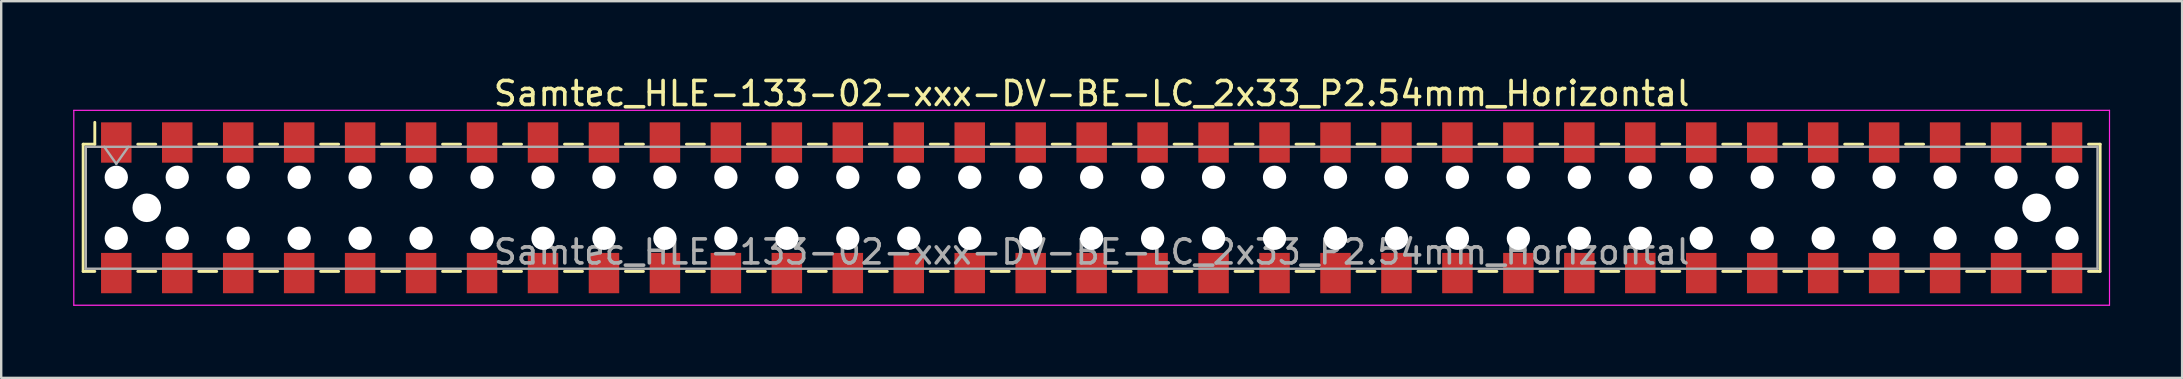
<source format=kicad_pcb>
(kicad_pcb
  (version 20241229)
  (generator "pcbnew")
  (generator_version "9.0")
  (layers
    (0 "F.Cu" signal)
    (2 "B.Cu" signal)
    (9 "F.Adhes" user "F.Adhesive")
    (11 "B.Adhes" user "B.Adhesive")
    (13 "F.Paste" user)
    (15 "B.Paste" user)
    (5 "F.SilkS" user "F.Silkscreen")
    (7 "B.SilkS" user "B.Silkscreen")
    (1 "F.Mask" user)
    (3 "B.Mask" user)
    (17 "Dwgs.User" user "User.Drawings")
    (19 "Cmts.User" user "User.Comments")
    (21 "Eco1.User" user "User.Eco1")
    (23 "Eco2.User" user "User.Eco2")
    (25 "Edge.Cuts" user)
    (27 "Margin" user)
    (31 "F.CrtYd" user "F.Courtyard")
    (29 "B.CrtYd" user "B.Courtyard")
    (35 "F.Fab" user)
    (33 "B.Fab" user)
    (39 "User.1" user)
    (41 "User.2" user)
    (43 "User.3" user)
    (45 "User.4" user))
  (footprint "Samtec_HLE-133-02-xxx-DV-BE-LC_2x33_P2.54mm_Horizontal"
    (layer "F.Cu")
    (at 42.435 5.608)
    (property "Reference" "Samtec_HLE-133-02-xxx-DV-BE-LC_2x33_P2.54mm_Horizontal" (at 0 -4.76 0) (layer "F.SilkS") (effects (font (size 1 1) (thickness 0.15))))
    (attr smd)
    (fp_line (start -42.02 -2.65) (end -42.02 2.65) (stroke (width 0.12) (type solid)) (layer "F.SilkS"))
    (fp_line (start -42.02 2.65) (end -41.535 2.65) (stroke (width 0.12) (type solid)) (layer "F.SilkS"))
    (fp_line (start -41.535 -3.56) (end -41.535 -2.65) (stroke (width 0.12) (type solid)) (layer "F.SilkS"))
    (fp_line (start -41.535 -2.65) (end -42.02 -2.65) (stroke (width 0.12) (type solid)) (layer "F.SilkS"))
    (fp_line (start -39.745 -2.65) (end -38.995 -2.65) (stroke (width 0.12) (type solid)) (layer "F.SilkS"))
    (fp_line (start -39.745 2.65) (end -38.995 2.65) (stroke (width 0.12) (type solid)) (layer "F.SilkS"))
    (fp_line (start -37.205 -2.65) (end -36.455 -2.65) (stroke (width 0.12) (type solid)) (layer "F.SilkS"))
    (fp_line (start -37.205 2.65) (end -36.455 2.65) (stroke (width 0.12) (type solid)) (layer "F.SilkS"))
    (fp_line (start -34.665 -2.65) (end -33.915 -2.65) (stroke (width 0.12) (type solid)) (layer "F.SilkS"))
    (fp_line (start -34.665 2.65) (end -33.915 2.65) (stroke (width 0.12) (type solid)) (layer "F.SilkS"))
    (fp_line (start -32.125 -2.65) (end -31.375 -2.65) (stroke (width 0.12) (type solid)) (layer "F.SilkS"))
    (fp_line (start -32.125 2.65) (end -31.375 2.65) (stroke (width 0.12) (type solid)) (layer "F.SilkS"))
    (fp_line (start -29.585 -2.65) (end -28.835 -2.65) (stroke (width 0.12) (type solid)) (layer "F.SilkS"))
    (fp_line (start -29.585 2.65) (end -28.835 2.65) (stroke (width 0.12) (type solid)) (layer "F.SilkS"))
    (fp_line (start -27.045 -2.65) (end -26.295 -2.65) (stroke (width 0.12) (type solid)) (layer "F.SilkS"))
    (fp_line (start -27.045 2.65) (end -26.295 2.65) (stroke (width 0.12) (type solid)) (layer "F.SilkS"))
    (fp_line (start -24.505 -2.65) (end -23.755 -2.65) (stroke (width 0.12) (type solid)) (layer "F.SilkS"))
    (fp_line (start -24.505 2.65) (end -23.755 2.65) (stroke (width 0.12) (type solid)) (layer "F.SilkS"))
    (fp_line (start -21.965 -2.65) (end -21.215 -2.65) (stroke (width 0.12) (type solid)) (layer "F.SilkS"))
    (fp_line (start -21.965 2.65) (end -21.215 2.65) (stroke (width 0.12) (type solid)) (layer "F.SilkS"))
    (fp_line (start -19.425 -2.65) (end -18.675 -2.65) (stroke (width 0.12) (type solid)) (layer "F.SilkS"))
    (fp_line (start -19.425 2.65) (end -18.675 2.65) (stroke (width 0.12) (type solid)) (layer "F.SilkS"))
    (fp_line (start -16.885 -2.65) (end -16.135 -2.65) (stroke (width 0.12) (type solid)) (layer "F.SilkS"))
    (fp_line (start -16.885 2.65) (end -16.135 2.65) (stroke (width 0.12) (type solid)) (layer "F.SilkS"))
    (fp_line (start -14.345 -2.65) (end -13.595 -2.65) (stroke (width 0.12) (type solid)) (layer "F.SilkS"))
    (fp_line (start -14.345 2.65) (end -13.595 2.65) (stroke (width 0.12) (type solid)) (layer "F.SilkS"))
    (fp_line (start -11.805 -2.65) (end -11.055 -2.65) (stroke (width 0.12) (type solid)) (layer "F.SilkS"))
    (fp_line (start -11.805 2.65) (end -11.055 2.65) (stroke (width 0.12) (type solid)) (layer "F.SilkS"))
    (fp_line (start -9.265 -2.65) (end -8.515 -2.65) (stroke (width 0.12) (type solid)) (layer "F.SilkS"))
    (fp_line (start -9.265 2.65) (end -8.515 2.65) (stroke (width 0.12) (type solid)) (layer "F.SilkS"))
    (fp_line (start -6.725 -2.65) (end -5.975 -2.65) (stroke (width 0.12) (type solid)) (layer "F.SilkS"))
    (fp_line (start -6.725 2.65) (end -5.975 2.65) (stroke (width 0.12) (type solid)) (layer "F.SilkS"))
    (fp_line (start -4.185 -2.65) (end -3.435 -2.65) (stroke (width 0.12) (type solid)) (layer "F.SilkS"))
    (fp_line (start -4.185 2.65) (end -3.435 2.65) (stroke (width 0.12) (type solid)) (layer "F.SilkS"))
    (fp_line (start -1.645 -2.65) (end -0.895 -2.65) (stroke (width 0.12) (type solid)) (layer "F.SilkS"))
    (fp_line (start -1.645 2.65) (end -0.895 2.65) (stroke (width 0.12) (type solid)) (layer "F.SilkS"))
    (fp_line (start 0.895 -2.65) (end 1.645 -2.65) (stroke (width 0.12) (type solid)) (layer "F.SilkS"))
    (fp_line (start 0.895 2.65) (end 1.645 2.65) (stroke (width 0.12) (type solid)) (layer "F.SilkS"))
    (fp_line (start 3.435 -2.65) (end 4.185 -2.65) (stroke (width 0.12) (type solid)) (layer "F.SilkS"))
    (fp_line (start 3.435 2.65) (end 4.185 2.65) (stroke (width 0.12) (type solid)) (layer "F.SilkS"))
    (fp_line (start 5.975 -2.65) (end 6.725 -2.65) (stroke (width 0.12) (type solid)) (layer "F.SilkS"))
    (fp_line (start 5.975 2.65) (end 6.725 2.65) (stroke (width 0.12) (type solid)) (layer "F.SilkS"))
    (fp_line (start 8.515 -2.65) (end 9.265 -2.65) (stroke (width 0.12) (type solid)) (layer "F.SilkS"))
    (fp_line (start 8.515 2.65) (end 9.265 2.65) (stroke (width 0.12) (type solid)) (layer "F.SilkS"))
    (fp_line (start 11.055 -2.65) (end 11.805 -2.65) (stroke (width 0.12) (type solid)) (layer "F.SilkS"))
    (fp_line (start 11.055 2.65) (end 11.805 2.65) (stroke (width 0.12) (type solid)) (layer "F.SilkS"))
    (fp_line (start 13.595 -2.65) (end 14.345 -2.65) (stroke (width 0.12) (type solid)) (layer "F.SilkS"))
    (fp_line (start 13.595 2.65) (end 14.345 2.65) (stroke (width 0.12) (type solid)) (layer "F.SilkS"))
    (fp_line (start 16.135 -2.65) (end 16.885 -2.65) (stroke (width 0.12) (type solid)) (layer "F.SilkS"))
    (fp_line (start 16.135 2.65) (end 16.885 2.65) (stroke (width 0.12) (type solid)) (layer "F.SilkS"))
    (fp_line (start 18.675 -2.65) (end 19.425 -2.65) (stroke (width 0.12) (type solid)) (layer "F.SilkS"))
    (fp_line (start 18.675 2.65) (end 19.425 2.65) (stroke (width 0.12) (type solid)) (layer "F.SilkS"))
    (fp_line (start 21.215 -2.65) (end 21.965 -2.65) (stroke (width 0.12) (type solid)) (layer "F.SilkS"))
    (fp_line (start 21.215 2.65) (end 21.965 2.65) (stroke (width 0.12) (type solid)) (layer "F.SilkS"))
    (fp_line (start 23.755 -2.65) (end 24.505 -2.65) (stroke (width 0.12) (type solid)) (layer "F.SilkS"))
    (fp_line (start 23.755 2.65) (end 24.505 2.65) (stroke (width 0.12) (type solid)) (layer "F.SilkS"))
    (fp_line (start 26.295 -2.65) (end 27.045 -2.65) (stroke (width 0.12) (type solid)) (layer "F.SilkS"))
    (fp_line (start 26.295 2.65) (end 27.045 2.65) (stroke (width 0.12) (type solid)) (layer "F.SilkS"))
    (fp_line (start 28.835 -2.65) (end 29.585 -2.65) (stroke (width 0.12) (type solid)) (layer "F.SilkS"))
    (fp_line (start 28.835 2.65) (end 29.585 2.65) (stroke (width 0.12) (type solid)) (layer "F.SilkS"))
    (fp_line (start 31.375 -2.65) (end 32.125 -2.65) (stroke (width 0.12) (type solid)) (layer "F.SilkS"))
    (fp_line (start 31.375 2.65) (end 32.125 2.65) (stroke (width 0.12) (type solid)) (layer "F.SilkS"))
    (fp_line (start 33.915 -2.65) (end 34.665 -2.65) (stroke (width 0.12) (type solid)) (layer "F.SilkS"))
    (fp_line (start 33.915 2.65) (end 34.665 2.65) (stroke (width 0.12) (type solid)) (layer "F.SilkS"))
    (fp_line (start 36.455 -2.65) (end 37.205 -2.65) (stroke (width 0.12) (type solid)) (layer "F.SilkS"))
    (fp_line (start 36.455 2.65) (end 37.205 2.65) (stroke (width 0.12) (type solid)) (layer "F.SilkS"))
    (fp_line (start 38.995 -2.65) (end 39.745 -2.65) (stroke (width 0.12) (type solid)) (layer "F.SilkS"))
    (fp_line (start 38.995 2.65) (end 39.745 2.65) (stroke (width 0.12) (type solid)) (layer "F.SilkS"))
    (fp_line (start 41.535 -2.65) (end 42.02 -2.65) (stroke (width 0.12) (type solid)) (layer "F.SilkS"))
    (fp_line (start 42.02 -2.65) (end 42.02 2.65) (stroke (width 0.12) (type solid)) (layer "F.SilkS"))
    (fp_line (start 42.02 2.65) (end 41.535 2.65) (stroke (width 0.12) (type solid)) (layer "F.SilkS"))
    (fp_line (start -42.41 -4.06) (end 42.41 -4.06) (stroke (width 0.05) (type solid)) (layer "F.CrtYd"))
    (fp_line (start -42.41 4.06) (end -42.41 -4.06) (stroke (width 0.05) (type solid)) (layer "F.CrtYd"))
    (fp_line (start 42.41 -4.06) (end 42.41 4.06) (stroke (width 0.05) (type solid)) (layer "F.CrtYd"))
    (fp_line (start 42.41 4.06) (end -42.41 4.06) (stroke (width 0.05) (type solid)) (layer "F.CrtYd"))
    (fp_line (start -41.91 -2.54) (end 41.91 -2.54) (stroke (width 0.1) (type solid)) (layer "F.Fab"))
    (fp_line (start -41.91 2.54) (end -41.91 -2.54) (stroke (width 0.1) (type solid)) (layer "F.Fab"))
    (fp_line (start -41.14 -2.54) (end -40.64 -1.833) (stroke (width 0.1) (type solid)) (layer "F.Fab"))
    (fp_line (start -40.64 -1.833) (end -40.14 -2.54) (stroke (width 0.1) (type solid)) (layer "F.Fab"))
    (fp_line (start 41.91 -2.54) (end 41.91 2.54) (stroke (width 0.1) (type solid)) (layer "F.Fab"))
    (fp_line (start 41.91 2.54) (end -41.91 2.54) (stroke (width 0.1) (type solid)) (layer "F.Fab"))
    (fp_text user "${REFERENCE}" (at 0 1.84 0) (layer "F.Fab") (effects (font (size 1 1) (thickness 0.15))))
    (pad "" np_thru_hole circle (at -40.64 -1.27) (size 0.97 0.97) (drill 0.97) (layers "*.Cu" "*.Mask"))
    (pad "" np_thru_hole circle (at -40.64 1.27) (size 0.97 0.97) (drill 0.97) (layers "*.Cu" "*.Mask"))
    (pad "" np_thru_hole circle (at -39.37 0) (size 1.19 1.19) (drill 1.19) (layers "*.Cu" "*.Mask"))
    (pad "" np_thru_hole circle (at -38.1 -1.27) (size 0.97 0.97) (drill 0.97) (layers "*.Cu" "*.Mask"))
    (pad "" np_thru_hole circle (at -38.1 1.27) (size 0.97 0.97) (drill 0.97) (layers "*.Cu" "*.Mask"))
    (pad "" np_thru_hole circle (at -35.56 -1.27) (size 0.97 0.97) (drill 0.97) (layers "*.Cu" "*.Mask"))
    (pad "" np_thru_hole circle (at -35.56 1.27) (size 0.97 0.97) (drill 0.97) (layers "*.Cu" "*.Mask"))
    (pad "" np_thru_hole circle (at -33.02 -1.27) (size 0.97 0.97) (drill 0.97) (layers "*.Cu" "*.Mask"))
    (pad "" np_thru_hole circle (at -33.02 1.27) (size 0.97 0.97) (drill 0.97) (layers "*.Cu" "*.Mask"))
    (pad "" np_thru_hole circle (at -30.48 -1.27) (size 0.97 0.97) (drill 0.97) (layers "*.Cu" "*.Mask"))
    (pad "" np_thru_hole circle (at -30.48 1.27) (size 0.97 0.97) (drill 0.97) (layers "*.Cu" "*.Mask"))
    (pad "" np_thru_hole circle (at -27.94 -1.27) (size 0.97 0.97) (drill 0.97) (layers "*.Cu" "*.Mask"))
    (pad "" np_thru_hole circle (at -27.94 1.27) (size 0.97 0.97) (drill 0.97) (layers "*.Cu" "*.Mask"))
    (pad "" np_thru_hole circle (at -25.4 -1.27) (size 0.97 0.97) (drill 0.97) (layers "*.Cu" "*.Mask"))
    (pad "" np_thru_hole circle (at -25.4 1.27) (size 0.97 0.97) (drill 0.97) (layers "*.Cu" "*.Mask"))
    (pad "" np_thru_hole circle (at -22.86 -1.27) (size 0.97 0.97) (drill 0.97) (layers "*.Cu" "*.Mask"))
    (pad "" np_thru_hole circle (at -22.86 1.27) (size 0.97 0.97) (drill 0.97) (layers "*.Cu" "*.Mask"))
    (pad "" np_thru_hole circle (at -20.32 -1.27) (size 0.97 0.97) (drill 0.97) (layers "*.Cu" "*.Mask"))
    (pad "" np_thru_hole circle (at -20.32 1.27) (size 0.97 0.97) (drill 0.97) (layers "*.Cu" "*.Mask"))
    (pad "" np_thru_hole circle (at -17.78 -1.27) (size 0.97 0.97) (drill 0.97) (layers "*.Cu" "*.Mask"))
    (pad "" np_thru_hole circle (at -17.78 1.27) (size 0.97 0.97) (drill 0.97) (layers "*.Cu" "*.Mask"))
    (pad "" np_thru_hole circle (at -15.24 -1.27) (size 0.97 0.97) (drill 0.97) (layers "*.Cu" "*.Mask"))
    (pad "" np_thru_hole circle (at -15.24 1.27) (size 0.97 0.97) (drill 0.97) (layers "*.Cu" "*.Mask"))
    (pad "" np_thru_hole circle (at -12.7 -1.27) (size 0.97 0.97) (drill 0.97) (layers "*.Cu" "*.Mask"))
    (pad "" np_thru_hole circle (at -12.7 1.27) (size 0.97 0.97) (drill 0.97) (layers "*.Cu" "*.Mask"))
    (pad "" np_thru_hole circle (at -10.16 -1.27) (size 0.97 0.97) (drill 0.97) (layers "*.Cu" "*.Mask"))
    (pad "" np_thru_hole circle (at -10.16 1.27) (size 0.97 0.97) (drill 0.97) (layers "*.Cu" "*.Mask"))
    (pad "" np_thru_hole circle (at -7.62 -1.27) (size 0.97 0.97) (drill 0.97) (layers "*.Cu" "*.Mask"))
    (pad "" np_thru_hole circle (at -7.62 1.27) (size 0.97 0.97) (drill 0.97) (layers "*.Cu" "*.Mask"))
    (pad "" np_thru_hole circle (at -5.08 -1.27) (size 0.97 0.97) (drill 0.97) (layers "*.Cu" "*.Mask"))
    (pad "" np_thru_hole circle (at -5.08 1.27) (size 0.97 0.97) (drill 0.97) (layers "*.Cu" "*.Mask"))
    (pad "" np_thru_hole circle (at -2.54 -1.27) (size 0.97 0.97) (drill 0.97) (layers "*.Cu" "*.Mask"))
    (pad "" np_thru_hole circle (at -2.54 1.27) (size 0.97 0.97) (drill 0.97) (layers "*.Cu" "*.Mask"))
    (pad "" np_thru_hole circle (at 0 -1.27) (size 0.97 0.97) (drill 0.97) (layers "*.Cu" "*.Mask"))
    (pad "" np_thru_hole circle (at 0 1.27) (size 0.97 0.97) (drill 0.97) (layers "*.Cu" "*.Mask"))
    (pad "" np_thru_hole circle (at 2.54 -1.27) (size 0.97 0.97) (drill 0.97) (layers "*.Cu" "*.Mask"))
    (pad "" np_thru_hole circle (at 2.54 1.27) (size 0.97 0.97) (drill 0.97) (layers "*.Cu" "*.Mask"))
    (pad "" np_thru_hole circle (at 5.08 -1.27) (size 0.97 0.97) (drill 0.97) (layers "*.Cu" "*.Mask"))
    (pad "" np_thru_hole circle (at 5.08 1.27) (size 0.97 0.97) (drill 0.97) (layers "*.Cu" "*.Mask"))
    (pad "" np_thru_hole circle (at 7.62 -1.27) (size 0.97 0.97) (drill 0.97) (layers "*.Cu" "*.Mask"))
    (pad "" np_thru_hole circle (at 7.62 1.27) (size 0.97 0.97) (drill 0.97) (layers "*.Cu" "*.Mask"))
    (pad "" np_thru_hole circle (at 10.16 -1.27) (size 0.97 0.97) (drill 0.97) (layers "*.Cu" "*.Mask"))
    (pad "" np_thru_hole circle (at 10.16 1.27) (size 0.97 0.97) (drill 0.97) (layers "*.Cu" "*.Mask"))
    (pad "" np_thru_hole circle (at 12.7 -1.27) (size 0.97 0.97) (drill 0.97) (layers "*.Cu" "*.Mask"))
    (pad "" np_thru_hole circle (at 12.7 1.27) (size 0.97 0.97) (drill 0.97) (layers "*.Cu" "*.Mask"))
    (pad "" np_thru_hole circle (at 15.24 -1.27) (size 0.97 0.97) (drill 0.97) (layers "*.Cu" "*.Mask"))
    (pad "" np_thru_hole circle (at 15.24 1.27) (size 0.97 0.97) (drill 0.97) (layers "*.Cu" "*.Mask"))
    (pad "" np_thru_hole circle (at 17.78 -1.27) (size 0.97 0.97) (drill 0.97) (layers "*.Cu" "*.Mask"))
    (pad "" np_thru_hole circle (at 17.78 1.27) (size 0.97 0.97) (drill 0.97) (layers "*.Cu" "*.Mask"))
    (pad "" np_thru_hole circle (at 20.32 -1.27) (size 0.97 0.97) (drill 0.97) (layers "*.Cu" "*.Mask"))
    (pad "" np_thru_hole circle (at 20.32 1.27) (size 0.97 0.97) (drill 0.97) (layers "*.Cu" "*.Mask"))
    (pad "" np_thru_hole circle (at 22.86 -1.27) (size 0.97 0.97) (drill 0.97) (layers "*.Cu" "*.Mask"))
    (pad "" np_thru_hole circle (at 22.86 1.27) (size 0.97 0.97) (drill 0.97) (layers "*.Cu" "*.Mask"))
    (pad "" np_thru_hole circle (at 25.4 -1.27) (size 0.97 0.97) (drill 0.97) (layers "*.Cu" "*.Mask"))
    (pad "" np_thru_hole circle (at 25.4 1.27) (size 0.97 0.97) (drill 0.97) (layers "*.Cu" "*.Mask"))
    (pad "" np_thru_hole circle (at 27.94 -1.27) (size 0.97 0.97) (drill 0.97) (layers "*.Cu" "*.Mask"))
    (pad "" np_thru_hole circle (at 27.94 1.27) (size 0.97 0.97) (drill 0.97) (layers "*.Cu" "*.Mask"))
    (pad "" np_thru_hole circle (at 30.48 -1.27) (size 0.97 0.97) (drill 0.97) (layers "*.Cu" "*.Mask"))
    (pad "" np_thru_hole circle (at 30.48 1.27) (size 0.97 0.97) (drill 0.97) (layers "*.Cu" "*.Mask"))
    (pad "" np_thru_hole circle (at 33.02 -1.27) (size 0.97 0.97) (drill 0.97) (layers "*.Cu" "*.Mask"))
    (pad "" np_thru_hole circle (at 33.02 1.27) (size 0.97 0.97) (drill 0.97) (layers "*.Cu" "*.Mask"))
    (pad "" np_thru_hole circle (at 35.56 -1.27) (size 0.97 0.97) (drill 0.97) (layers "*.Cu" "*.Mask"))
    (pad "" np_thru_hole circle (at 35.56 1.27) (size 0.97 0.97) (drill 0.97) (layers "*.Cu" "*.Mask"))
    (pad "" np_thru_hole circle (at 38.1 -1.27) (size 0.97 0.97) (drill 0.97) (layers "*.Cu" "*.Mask"))
    (pad "" np_thru_hole circle (at 38.1 1.27) (size 0.97 0.97) (drill 0.97) (layers "*.Cu" "*.Mask"))
    (pad "" np_thru_hole circle (at 39.37 0) (size 1.19 1.19) (drill 1.19) (layers "*.Cu" "*.Mask"))
    (pad "" np_thru_hole circle (at 40.64 -1.27) (size 0.97 0.97) (drill 0.97) (layers "*.Cu" "*.Mask"))
    (pad "" np_thru_hole circle (at 40.64 1.27) (size 0.97 0.97) (drill 0.97) (layers "*.Cu" "*.Mask"))
    (pad "1" smd rect (at -40.64 -2.72) (size 1.27 1.68) (layers "F.Cu" "F.Mask" "F.Paste"))
    (pad "2" smd rect (at -40.64 2.72) (size 1.27 1.68) (layers "F.Cu" "F.Mask" "F.Paste"))
    (pad "3" smd rect (at -38.1 -2.72) (size 1.27 1.68) (layers "F.Cu" "F.Mask" "F.Paste"))
    (pad "4" smd rect (at -38.1 2.72) (size 1.27 1.68) (layers "F.Cu" "F.Mask" "F.Paste"))
    (pad "5" smd rect (at -35.56 -2.72) (size 1.27 1.68) (layers "F.Cu" "F.Mask" "F.Paste"))
    (pad "6" smd rect (at -35.56 2.72) (size 1.27 1.68) (layers "F.Cu" "F.Mask" "F.Paste"))
    (pad "7" smd rect (at -33.02 -2.72) (size 1.27 1.68) (layers "F.Cu" "F.Mask" "F.Paste"))
    (pad "8" smd rect (at -33.02 2.72) (size 1.27 1.68) (layers "F.Cu" "F.Mask" "F.Paste"))
    (pad "9" smd rect (at -30.48 -2.72) (size 1.27 1.68) (layers "F.Cu" "F.Mask" "F.Paste"))
    (pad "10" smd rect (at -30.48 2.72) (size 1.27 1.68) (layers "F.Cu" "F.Mask" "F.Paste"))
    (pad "11" smd rect (at -27.94 -2.72) (size 1.27 1.68) (layers "F.Cu" "F.Mask" "F.Paste"))
    (pad "12" smd rect (at -27.94 2.72) (size 1.27 1.68) (layers "F.Cu" "F.Mask" "F.Paste"))
    (pad "13" smd rect (at -25.4 -2.72) (size 1.27 1.68) (layers "F.Cu" "F.Mask" "F.Paste"))
    (pad "14" smd rect (at -25.4 2.72) (size 1.27 1.68) (layers "F.Cu" "F.Mask" "F.Paste"))
    (pad "15" smd rect (at -22.86 -2.72) (size 1.27 1.68) (layers "F.Cu" "F.Mask" "F.Paste"))
    (pad "16" smd rect (at -22.86 2.72) (size 1.27 1.68) (layers "F.Cu" "F.Mask" "F.Paste"))
    (pad "17" smd rect (at -20.32 -2.72) (size 1.27 1.68) (layers "F.Cu" "F.Mask" "F.Paste"))
    (pad "18" smd rect (at -20.32 2.72) (size 1.27 1.68) (layers "F.Cu" "F.Mask" "F.Paste"))
    (pad "19" smd rect (at -17.78 -2.72) (size 1.27 1.68) (layers "F.Cu" "F.Mask" "F.Paste"))
    (pad "20" smd rect (at -17.78 2.72) (size 1.27 1.68) (layers "F.Cu" "F.Mask" "F.Paste"))
    (pad "21" smd rect (at -15.24 -2.72) (size 1.27 1.68) (layers "F.Cu" "F.Mask" "F.Paste"))
    (pad "22" smd rect (at -15.24 2.72) (size 1.27 1.68) (layers "F.Cu" "F.Mask" "F.Paste"))
    (pad "23" smd rect (at -12.7 -2.72) (size 1.27 1.68) (layers "F.Cu" "F.Mask" "F.Paste"))
    (pad "24" smd rect (at -12.7 2.72) (size 1.27 1.68) (layers "F.Cu" "F.Mask" "F.Paste"))
    (pad "25" smd rect (at -10.16 -2.72) (size 1.27 1.68) (layers "F.Cu" "F.Mask" "F.Paste"))
    (pad "26" smd rect (at -10.16 2.72) (size 1.27 1.68) (layers "F.Cu" "F.Mask" "F.Paste"))
    (pad "27" smd rect (at -7.62 -2.72) (size 1.27 1.68) (layers "F.Cu" "F.Mask" "F.Paste"))
    (pad "28" smd rect (at -7.62 2.72) (size 1.27 1.68) (layers "F.Cu" "F.Mask" "F.Paste"))
    (pad "29" smd rect (at -5.08 -2.72) (size 1.27 1.68) (layers "F.Cu" "F.Mask" "F.Paste"))
    (pad "30" smd rect (at -5.08 2.72) (size 1.27 1.68) (layers "F.Cu" "F.Mask" "F.Paste"))
    (pad "31" smd rect (at -2.54 -2.72) (size 1.27 1.68) (layers "F.Cu" "F.Mask" "F.Paste"))
    (pad "32" smd rect (at -2.54 2.72) (size 1.27 1.68) (layers "F.Cu" "F.Mask" "F.Paste"))
    (pad "33" smd rect (at 0 -2.72) (size 1.27 1.68) (layers "F.Cu" "F.Mask" "F.Paste"))
    (pad "34" smd rect (at 0 2.72) (size 1.27 1.68) (layers "F.Cu" "F.Mask" "F.Paste"))
    (pad "35" smd rect (at 2.54 -2.72) (size 1.27 1.68) (layers "F.Cu" "F.Mask" "F.Paste"))
    (pad "36" smd rect (at 2.54 2.72) (size 1.27 1.68) (layers "F.Cu" "F.Mask" "F.Paste"))
    (pad "37" smd rect (at 5.08 -2.72) (size 1.27 1.68) (layers "F.Cu" "F.Mask" "F.Paste"))
    (pad "38" smd rect (at 5.08 2.72) (size 1.27 1.68) (layers "F.Cu" "F.Mask" "F.Paste"))
    (pad "39" smd rect (at 7.62 -2.72) (size 1.27 1.68) (layers "F.Cu" "F.Mask" "F.Paste"))
    (pad "40" smd rect (at 7.62 2.72) (size 1.27 1.68) (layers "F.Cu" "F.Mask" "F.Paste"))
    (pad "41" smd rect (at 10.16 -2.72) (size 1.27 1.68) (layers "F.Cu" "F.Mask" "F.Paste"))
    (pad "42" smd rect (at 10.16 2.72) (size 1.27 1.68) (layers "F.Cu" "F.Mask" "F.Paste"))
    (pad "43" smd rect (at 12.7 -2.72) (size 1.27 1.68) (layers "F.Cu" "F.Mask" "F.Paste"))
    (pad "44" smd rect (at 12.7 2.72) (size 1.27 1.68) (layers "F.Cu" "F.Mask" "F.Paste"))
    (pad "45" smd rect (at 15.24 -2.72) (size 1.27 1.68) (layers "F.Cu" "F.Mask" "F.Paste"))
    (pad "46" smd rect (at 15.24 2.72) (size 1.27 1.68) (layers "F.Cu" "F.Mask" "F.Paste"))
    (pad "47" smd rect (at 17.78 -2.72) (size 1.27 1.68) (layers "F.Cu" "F.Mask" "F.Paste"))
    (pad "48" smd rect (at 17.78 2.72) (size 1.27 1.68) (layers "F.Cu" "F.Mask" "F.Paste"))
    (pad "49" smd rect (at 20.32 -2.72) (size 1.27 1.68) (layers "F.Cu" "F.Mask" "F.Paste"))
    (pad "50" smd rect (at 20.32 2.72) (size 1.27 1.68) (layers "F.Cu" "F.Mask" "F.Paste"))
    (pad "51" smd rect (at 22.86 -2.72) (size 1.27 1.68) (layers "F.Cu" "F.Mask" "F.Paste"))
    (pad "52" smd rect (at 22.86 2.72) (size 1.27 1.68) (layers "F.Cu" "F.Mask" "F.Paste"))
    (pad "53" smd rect (at 25.4 -2.72) (size 1.27 1.68) (layers "F.Cu" "F.Mask" "F.Paste"))
    (pad "54" smd rect (at 25.4 2.72) (size 1.27 1.68) (layers "F.Cu" "F.Mask" "F.Paste"))
    (pad "55" smd rect (at 27.94 -2.72) (size 1.27 1.68) (layers "F.Cu" "F.Mask" "F.Paste"))
    (pad "56" smd rect (at 27.94 2.72) (size 1.27 1.68) (layers "F.Cu" "F.Mask" "F.Paste"))
    (pad "57" smd rect (at 30.48 -2.72) (size 1.27 1.68) (layers "F.Cu" "F.Mask" "F.Paste"))
    (pad "58" smd rect (at 30.48 2.72) (size 1.27 1.68) (layers "F.Cu" "F.Mask" "F.Paste"))
    (pad "59" smd rect (at 33.02 -2.72) (size 1.27 1.68) (layers "F.Cu" "F.Mask" "F.Paste"))
    (pad "60" smd rect (at 33.02 2.72) (size 1.27 1.68) (layers "F.Cu" "F.Mask" "F.Paste"))
    (pad "61" smd rect (at 35.56 -2.72) (size 1.27 1.68) (layers "F.Cu" "F.Mask" "F.Paste"))
    (pad "62" smd rect (at 35.56 2.72) (size 1.27 1.68) (layers "F.Cu" "F.Mask" "F.Paste"))
    (pad "63" smd rect (at 38.1 -2.72) (size 1.27 1.68) (layers "F.Cu" "F.Mask" "F.Paste"))
    (pad "64" smd rect (at 38.1 2.72) (size 1.27 1.68) (layers "F.Cu" "F.Mask" "F.Paste"))
    (pad "65" smd rect (at 40.64 -2.72) (size 1.27 1.68) (layers "F.Cu" "F.Mask" "F.Paste"))
    (pad "66" smd rect (at 40.64 2.72) (size 1.27 1.68) (layers "F.Cu" "F.Mask" "F.Paste")))
  (gr_rect
    (start -3 -3)
    (end 87.87 12.693)
    (stroke (width 0.1) (type default))
    (fill no)
    (layer "Edge.Cuts")))
</source>
